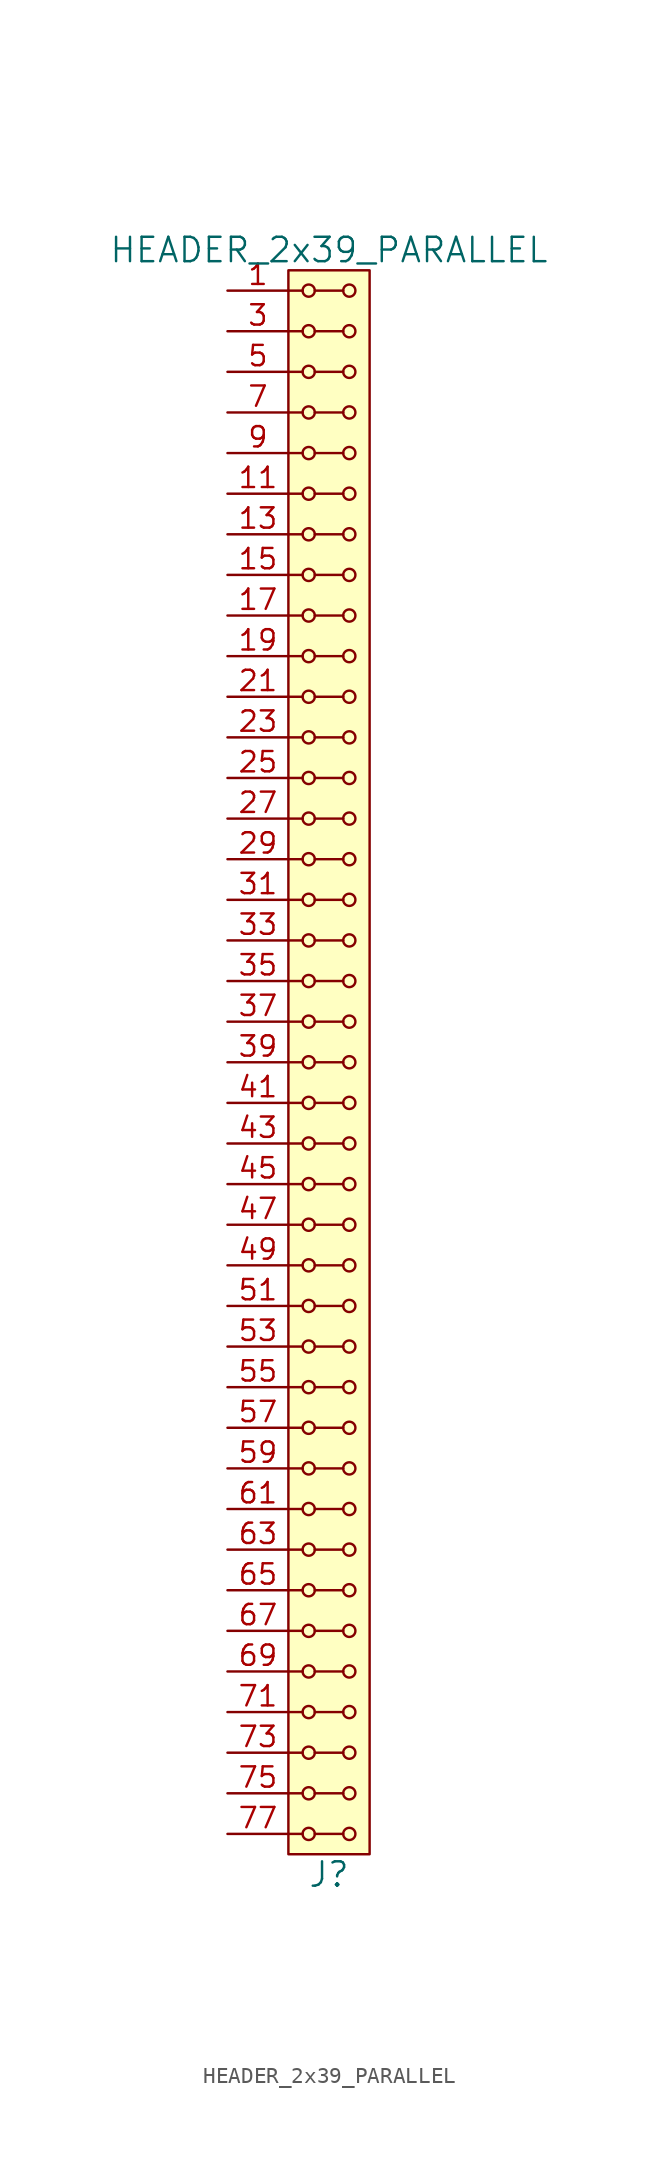
<source format=kicad_sym>
(kicad_symbol_lib
  (version 20211014)
  (generator kicad_symbol_editor)
  (symbol "HEADER_2x39_PARALLEL"
    (pin_names
      (offset 1.016))
    (property "Reference" "J"
      (at 0 -50.8 0)
      (effects (font (size 1.524 1.524))))
    (property "Value" "HEADER_2x39_PARALLEL"
      (at 0 50.8 0)
      (effects (font (size 1.524 1.524))))
    (property "Footprint" ""
      (at 0 48.26 0)
      (effects (font (size 1.524 1.524))))
    (property "Datasheet" ""
      (at 0 48.26 0)
      (effects (font (size 1.524 1.524))))
    (symbol "HEADER_2x39_PARALLEL_0_1"
      (rectangle (start -2.54 49.53) (end 2.54 -49.53) (stroke (width 0) (type default) (color 0 0 0 0)) (fill (type background)))
      (circle (center -1.27 -48.26) (radius 0.381) (stroke (width 0) (type default) (color 0 0 0 0)) (fill (type none)))
      (circle (center -1.27 -45.72) (radius 0.381) (stroke (width 0) (type default) (color 0 0 0 0)) (fill (type none)))
      (circle (center -1.27 -43.18) (radius 0.381) (stroke (width 0) (type default) (color 0 0 0 0)) (fill (type none)))
      (circle (center -1.27 -40.64) (radius 0.381) (stroke (width 0) (type default) (color 0 0 0 0)) (fill (type none)))
      (circle (center -1.27 -38.1) (radius 0.381) (stroke (width 0) (type default) (color 0 0 0 0)) (fill (type none)))
      (circle (center -1.27 -35.56) (radius 0.381) (stroke (width 0) (type default) (color 0 0 0 0)) (fill (type none)))
      (circle (center -1.27 -33.02) (radius 0.381) (stroke (width 0) (type default) (color 0 0 0 0)) (fill (type none)))
      (circle (center -1.27 -30.48) (radius 0.381) (stroke (width 0) (type default) (color 0 0 0 0)) (fill (type none)))
      (circle (center -1.27 -27.94) (radius 0.381) (stroke (width 0) (type default) (color 0 0 0 0)) (fill (type none)))
      (circle (center -1.27 -25.4) (radius 0.381) (stroke (width 0) (type default) (color 0 0 0 0)) (fill (type none)))
      (circle (center -1.27 -22.86) (radius 0.381) (stroke (width 0) (type default) (color 0 0 0 0)) (fill (type none)))
      (circle (center -1.27 -20.32) (radius 0.381) (stroke (width 0) (type default) (color 0 0 0 0)) (fill (type none)))
      (circle (center -1.27 -17.78) (radius 0.381) (stroke (width 0) (type default) (color 0 0 0 0)) (fill (type none)))
      (circle (center -1.27 -15.24) (radius 0.381) (stroke (width 0) (type default) (color 0 0 0 0)) (fill (type none)))
      (circle (center -1.27 -12.7) (radius 0.381) (stroke (width 0) (type default) (color 0 0 0 0)) (fill (type none)))
      (circle (center -1.27 -10.16) (radius 0.381) (stroke (width 0) (type default) (color 0 0 0 0)) (fill (type none)))
      (circle (center -1.27 -7.62) (radius 0.381) (stroke (width 0) (type default) (color 0 0 0 0)) (fill (type none)))
      (circle (center -1.27 -5.08) (radius 0.381) (stroke (width 0) (type default) (color 0 0 0 0)) (fill (type none)))
      (circle (center -1.27 -2.54) (radius 0.381) (stroke (width 0) (type default) (color 0 0 0 0)) (fill (type none)))
      (circle (center -1.27 0) (radius 0.381) (stroke (width 0) (type default) (color 0 0 0 0)) (fill (type none)))
      (circle (center -1.27 2.54) (radius 0.381) (stroke (width 0) (type default) (color 0 0 0 0)) (fill (type none)))
      (circle (center -1.27 5.08) (radius 0.381) (stroke (width 0) (type default) (color 0 0 0 0)) (fill (type none)))
      (circle (center -1.27 7.62) (radius 0.381) (stroke (width 0) (type default) (color 0 0 0 0)) (fill (type none)))
      (circle (center -1.27 10.16) (radius 0.381) (stroke (width 0) (type default) (color 0 0 0 0)) (fill (type none)))
      (circle (center -1.27 12.7) (radius 0.381) (stroke (width 0) (type default) (color 0 0 0 0)) (fill (type none)))
      (circle (center -1.27 15.24) (radius 0.381) (stroke (width 0) (type default) (color 0 0 0 0)) (fill (type none)))
      (circle (center -1.27 17.78) (radius 0.381) (stroke (width 0) (type default) (color 0 0 0 0)) (fill (type none)))
      (circle (center -1.27 20.32) (radius 0.381) (stroke (width 0) (type default) (color 0 0 0 0)) (fill (type none)))
      (circle (center -1.27 22.86) (radius 0.381) (stroke (width 0) (type default) (color 0 0 0 0)) (fill (type none)))
      (circle (center -1.27 25.4) (radius 0.381) (stroke (width 0) (type default) (color 0 0 0 0)) (fill (type none)))
      (circle (center -1.27 27.94) (radius 0.381) (stroke (width 0) (type default) (color 0 0 0 0)) (fill (type none)))
      (circle (center -1.27 30.48) (radius 0.381) (stroke (width 0) (type default) (color 0 0 0 0)) (fill (type none)))
      (circle (center -1.27 33.02) (radius 0.381) (stroke (width 0) (type default) (color 0 0 0 0)) (fill (type none)))
      (circle (center -1.27 35.56) (radius 0.381) (stroke (width 0) (type default) (color 0 0 0 0)) (fill (type none)))
      (circle (center -1.27 38.1) (radius 0.381) (stroke (width 0) (type default) (color 0 0 0 0)) (fill (type none)))
      (circle (center -1.27 40.64) (radius 0.381) (stroke (width 0) (type default) (color 0 0 0 0)) (fill (type none)))
      (circle (center -1.27 43.18) (radius 0.381) (stroke (width 0) (type default) (color 0 0 0 0)) (fill (type none)))
      (circle (center -1.27 45.72) (radius 0.381) (stroke (width 0) (type default) (color 0 0 0 0)) (fill (type none)))
      (circle (center -1.27 48.26) (radius 0.381) (stroke (width 0) (type default) (color 0 0 0 0)) (fill (type none)))
      (polyline (pts (xy -1.651 -48.26) (xy -2.54 -48.26)) (stroke (width 0) (type default) (color 0 0 0 0)) (fill (type none)))
      (polyline (pts (xy -1.651 -45.72) (xy -2.54 -45.72)) (stroke (width 0) (type default) (color 0 0 0 0)) (fill (type none)))
      (polyline (pts (xy -1.651 -43.18) (xy -2.54 -43.18)) (stroke (width 0) (type default) (color 0 0 0 0)) (fill (type none)))
      (polyline (pts (xy -1.651 -40.64) (xy -2.54 -40.64)) (stroke (width 0) (type default) (color 0 0 0 0)) (fill (type none)))
      (polyline (pts (xy -1.651 -38.1) (xy -2.54 -38.1)) (stroke (width 0) (type default) (color 0 0 0 0)) (fill (type none)))
      (polyline (pts (xy -1.651 -35.56) (xy -2.54 -35.56)) (stroke (width 0) (type default) (color 0 0 0 0)) (fill (type none)))
      (polyline (pts (xy -1.651 -33.02) (xy -2.54 -33.02)) (stroke (width 0) (type default) (color 0 0 0 0)) (fill (type none)))
      (polyline (pts (xy -1.651 -30.48) (xy -2.54 -30.48)) (stroke (width 0) (type default) (color 0 0 0 0)) (fill (type none)))
      (polyline (pts (xy -1.651 -27.94) (xy -2.54 -27.94)) (stroke (width 0) (type default) (color 0 0 0 0)) (fill (type none)))
      (polyline (pts (xy -1.651 -25.4) (xy -2.54 -25.4)) (stroke (width 0) (type default) (color 0 0 0 0)) (fill (type none)))
      (polyline (pts (xy -1.651 -22.86) (xy -2.54 -22.86)) (stroke (width 0) (type default) (color 0 0 0 0)) (fill (type none)))
      (polyline (pts (xy -1.651 -20.32) (xy -2.54 -20.32)) (stroke (width 0) (type default) (color 0 0 0 0)) (fill (type none)))
      (polyline (pts (xy -1.651 -17.78) (xy -2.54 -17.78)) (stroke (width 0) (type default) (color 0 0 0 0)) (fill (type none)))
      (polyline (pts (xy -1.651 -15.24) (xy -2.54 -15.24)) (stroke (width 0) (type default) (color 0 0 0 0)) (fill (type none)))
      (polyline (pts (xy -1.651 -12.7) (xy -2.54 -12.7)) (stroke (width 0) (type default) (color 0 0 0 0)) (fill (type none)))
      (polyline (pts (xy -1.651 -10.16) (xy -2.54 -10.16)) (stroke (width 0) (type default) (color 0 0 0 0)) (fill (type none)))
      (polyline (pts (xy -1.651 -7.62) (xy -2.54 -7.62)) (stroke (width 0) (type default) (color 0 0 0 0)) (fill (type none)))
      (polyline (pts (xy -1.651 -5.08) (xy -2.54 -5.08)) (stroke (width 0) (type default) (color 0 0 0 0)) (fill (type none)))
      (polyline (pts (xy -1.651 -2.54) (xy -2.54 -2.54)) (stroke (width 0) (type default) (color 0 0 0 0)) (fill (type none)))
      (polyline (pts (xy -1.651 0) (xy -2.54 0)) (stroke (width 0) (type default) (color 0 0 0 0)) (fill (type none)))
      (polyline (pts (xy -1.651 2.54) (xy -2.54 2.54)) (stroke (width 0) (type default) (color 0 0 0 0)) (fill (type none)))
      (polyline (pts (xy -1.651 5.08) (xy -2.54 5.08)) (stroke (width 0) (type default) (color 0 0 0 0)) (fill (type none)))
      (polyline (pts (xy -1.651 7.62) (xy -2.54 7.62)) (stroke (width 0) (type default) (color 0 0 0 0)) (fill (type none)))
      (polyline (pts (xy -1.651 10.16) (xy -2.54 10.16)) (stroke (width 0) (type default) (color 0 0 0 0)) (fill (type none)))
      (polyline (pts (xy -1.651 12.7) (xy -2.54 12.7)) (stroke (width 0) (type default) (color 0 0 0 0)) (fill (type none)))
      (polyline (pts (xy -1.651 15.24) (xy -2.54 15.24)) (stroke (width 0) (type default) (color 0 0 0 0)) (fill (type none)))
      (polyline (pts (xy -1.651 17.78) (xy -2.54 17.78)) (stroke (width 0) (type default) (color 0 0 0 0)) (fill (type none)))
      (polyline (pts (xy -1.651 20.32) (xy -2.54 20.32)) (stroke (width 0) (type default) (color 0 0 0 0)) (fill (type none)))
      (polyline (pts (xy -1.651 22.86) (xy -2.54 22.86)) (stroke (width 0) (type default) (color 0 0 0 0)) (fill (type none)))
      (polyline (pts (xy -1.651 25.4) (xy -2.54 25.4)) (stroke (width 0) (type default) (color 0 0 0 0)) (fill (type none)))
      (polyline (pts (xy -1.651 27.94) (xy -2.54 27.94)) (stroke (width 0) (type default) (color 0 0 0 0)) (fill (type none)))
      (polyline (pts (xy -1.651 30.48) (xy -2.54 30.48)) (stroke (width 0) (type default) (color 0 0 0 0)) (fill (type none)))
      (polyline (pts (xy -1.651 33.02) (xy -2.54 33.02)) (stroke (width 0) (type default) (color 0 0 0 0)) (fill (type none)))
      (polyline (pts (xy -1.651 35.56) (xy -2.54 35.56)) (stroke (width 0) (type default) (color 0 0 0 0)) (fill (type none)))
      (polyline (pts (xy -1.651 38.1) (xy -2.54 38.1)) (stroke (width 0) (type default) (color 0 0 0 0)) (fill (type none)))
      (polyline (pts (xy -1.651 40.64) (xy -2.54 40.64)) (stroke (width 0) (type default) (color 0 0 0 0)) (fill (type none)))
      (polyline (pts (xy -1.651 43.18) (xy -2.54 43.18)) (stroke (width 0) (type default) (color 0 0 0 0)) (fill (type none)))
      (polyline (pts (xy -1.651 45.72) (xy -2.54 45.72)) (stroke (width 0) (type default) (color 0 0 0 0)) (fill (type none)))
      (polyline (pts (xy -1.651 48.26) (xy -2.54 48.26)) (stroke (width 0) (type default) (color 0 0 0 0)) (fill (type none)))
      (polyline (pts (xy -0.889 -48.26) (xy 0.889 -48.26)) (stroke (width 0) (type default) (color 0 0 0 0)) (fill (type none)))
      (polyline (pts (xy -0.889 -45.72) (xy 0.889 -45.72)) (stroke (width 0) (type default) (color 0 0 0 0)) (fill (type none)))
      (polyline (pts (xy -0.889 -43.18) (xy 0.889 -43.18)) (stroke (width 0) (type default) (color 0 0 0 0)) (fill (type none)))
      (polyline (pts (xy -0.889 -40.64) (xy 0.889 -40.64)) (stroke (width 0) (type default) (color 0 0 0 0)) (fill (type none)))
      (polyline (pts (xy -0.889 -38.1) (xy 0.889 -38.1)) (stroke (width 0) (type default) (color 0 0 0 0)) (fill (type none)))
      (polyline (pts (xy -0.889 -35.56) (xy 0.889 -35.56)) (stroke (width 0) (type default) (color 0 0 0 0)) (fill (type none)))
      (polyline (pts (xy -0.889 -33.02) (xy 0.889 -33.02)) (stroke (width 0) (type default) (color 0 0 0 0)) (fill (type none)))
      (polyline (pts (xy -0.889 -30.48) (xy 0.889 -30.48)) (stroke (width 0) (type default) (color 0 0 0 0)) (fill (type none)))
      (polyline (pts (xy -0.889 -27.94) (xy 0.889 -27.94)) (stroke (width 0) (type default) (color 0 0 0 0)) (fill (type none)))
      (polyline (pts (xy -0.889 -25.4) (xy 0.889 -25.4)) (stroke (width 0) (type default) (color 0 0 0 0)) (fill (type none)))
      (polyline (pts (xy -0.889 -22.86) (xy 0.889 -22.86)) (stroke (width 0) (type default) (color 0 0 0 0)) (fill (type none)))
      (polyline (pts (xy -0.889 -20.32) (xy 0.889 -20.32)) (stroke (width 0) (type default) (color 0 0 0 0)) (fill (type none)))
      (polyline (pts (xy -0.889 -17.78) (xy 0.889 -17.78)) (stroke (width 0) (type default) (color 0 0 0 0)) (fill (type none)))
      (polyline (pts (xy -0.889 -15.24) (xy 0.889 -15.24)) (stroke (width 0) (type default) (color 0 0 0 0)) (fill (type none)))
      (polyline (pts (xy -0.889 -12.7) (xy 0.889 -12.7)) (stroke (width 0) (type default) (color 0 0 0 0)) (fill (type none)))
      (polyline (pts (xy -0.889 -10.16) (xy 0.889 -10.16)) (stroke (width 0) (type default) (color 0 0 0 0)) (fill (type none)))
      (polyline (pts (xy -0.889 -7.62) (xy 0.889 -7.62)) (stroke (width 0) (type default) (color 0 0 0 0)) (fill (type none)))
      (polyline (pts (xy -0.889 -5.08) (xy 0.889 -5.08)) (stroke (width 0) (type default) (color 0 0 0 0)) (fill (type none)))
      (polyline (pts (xy -0.889 -2.54) (xy 0.889 -2.54)) (stroke (width 0) (type default) (color 0 0 0 0)) (fill (type none)))
      (polyline (pts (xy -0.889 0) (xy 0.889 0)) (stroke (width 0) (type default) (color 0 0 0 0)) (fill (type none)))
      (polyline (pts (xy -0.889 2.54) (xy 0.889 2.54)) (stroke (width 0) (type default) (color 0 0 0 0)) (fill (type none)))
      (polyline (pts (xy -0.889 5.08) (xy 0.889 5.08)) (stroke (width 0) (type default) (color 0 0 0 0)) (fill (type none)))
      (polyline (pts (xy -0.889 7.62) (xy 0.889 7.62)) (stroke (width 0) (type default) (color 0 0 0 0)) (fill (type none)))
      (polyline (pts (xy -0.889 10.16) (xy 0.889 10.16)) (stroke (width 0) (type default) (color 0 0 0 0)) (fill (type none)))
      (polyline (pts (xy -0.889 12.7) (xy 0.889 12.7)) (stroke (width 0) (type default) (color 0 0 0 0)) (fill (type none)))
      (polyline (pts (xy -0.889 15.24) (xy 0.889 15.24)) (stroke (width 0) (type default) (color 0 0 0 0)) (fill (type none)))
      (polyline (pts (xy -0.889 17.78) (xy 0.889 17.78)) (stroke (width 0) (type default) (color 0 0 0 0)) (fill (type none)))
      (polyline (pts (xy -0.889 20.32) (xy 0.889 20.32)) (stroke (width 0) (type default) (color 0 0 0 0)) (fill (type none)))
      (polyline (pts (xy -0.889 22.86) (xy 0.889 22.86)) (stroke (width 0) (type default) (color 0 0 0 0)) (fill (type none)))
      (polyline (pts (xy -0.889 25.4) (xy 0.889 25.4)) (stroke (width 0) (type default) (color 0 0 0 0)) (fill (type none)))
      (polyline (pts (xy -0.889 27.94) (xy 0.889 27.94)) (stroke (width 0) (type default) (color 0 0 0 0)) (fill (type none)))
      (polyline (pts (xy -0.889 30.48) (xy 0.889 30.48)) (stroke (width 0) (type default) (color 0 0 0 0)) (fill (type none)))
      (polyline (pts (xy -0.889 33.02) (xy 0.889 33.02)) (stroke (width 0) (type default) (color 0 0 0 0)) (fill (type none)))
      (polyline (pts (xy -0.889 35.56) (xy 0.889 35.56)) (stroke (width 0) (type default) (color 0 0 0 0)) (fill (type none)))
      (polyline (pts (xy -0.889 38.1) (xy 0.889 38.1)) (stroke (width 0) (type default) (color 0 0 0 0)) (fill (type none)))
      (polyline (pts (xy -0.889 40.64) (xy 0.889 40.64)) (stroke (width 0) (type default) (color 0 0 0 0)) (fill (type none)))
      (polyline (pts (xy -0.889 43.18) (xy 0.889 43.18)) (stroke (width 0) (type default) (color 0 0 0 0)) (fill (type none)))
      (polyline (pts (xy -0.889 45.72) (xy 0.889 45.72)) (stroke (width 0) (type default) (color 0 0 0 0)) (fill (type none)))
      (polyline (pts (xy -0.889 48.26) (xy 0.889 48.26)) (stroke (width 0) (type default) (color 0 0 0 0)) (fill (type none)))
      (circle (center 1.27 -48.26) (radius 0.381) (stroke (width 0) (type default) (color 0 0 0 0)) (fill (type none)))
      (circle (center 1.27 -45.72) (radius 0.381) (stroke (width 0) (type default) (color 0 0 0 0)) (fill (type none)))
      (circle (center 1.27 -43.18) (radius 0.381) (stroke (width 0) (type default) (color 0 0 0 0)) (fill (type none)))
      (circle (center 1.27 -40.64) (radius 0.381) (stroke (width 0) (type default) (color 0 0 0 0)) (fill (type none)))
      (circle (center 1.27 -38.1) (radius 0.381) (stroke (width 0) (type default) (color 0 0 0 0)) (fill (type none)))
      (circle (center 1.27 -35.56) (radius 0.381) (stroke (width 0) (type default) (color 0 0 0 0)) (fill (type none)))
      (circle (center 1.27 -33.02) (radius 0.381) (stroke (width 0) (type default) (color 0 0 0 0)) (fill (type none)))
      (circle (center 1.27 -30.48) (radius 0.381) (stroke (width 0) (type default) (color 0 0 0 0)) (fill (type none)))
      (circle (center 1.27 -27.94) (radius 0.381) (stroke (width 0) (type default) (color 0 0 0 0)) (fill (type none)))
      (circle (center 1.27 -25.4) (radius 0.381) (stroke (width 0) (type default) (color 0 0 0 0)) (fill (type none)))
      (circle (center 1.27 -22.86) (radius 0.381) (stroke (width 0) (type default) (color 0 0 0 0)) (fill (type none)))
      (circle (center 1.27 -20.32) (radius 0.381) (stroke (width 0) (type default) (color 0 0 0 0)) (fill (type none)))
      (circle (center 1.27 -17.78) (radius 0.381) (stroke (width 0) (type default) (color 0 0 0 0)) (fill (type none)))
      (circle (center 1.27 -15.24) (radius 0.381) (stroke (width 0) (type default) (color 0 0 0 0)) (fill (type none)))
      (circle (center 1.27 -12.7) (radius 0.381) (stroke (width 0) (type default) (color 0 0 0 0)) (fill (type none)))
      (circle (center 1.27 -10.16) (radius 0.381) (stroke (width 0) (type default) (color 0 0 0 0)) (fill (type none)))
      (circle (center 1.27 -7.62) (radius 0.381) (stroke (width 0) (type default) (color 0 0 0 0)) (fill (type none)))
      (circle (center 1.27 -5.08) (radius 0.381) (stroke (width 0) (type default) (color 0 0 0 0)) (fill (type none)))
      (circle (center 1.27 -2.54) (radius 0.381) (stroke (width 0) (type default) (color 0 0 0 0)) (fill (type none)))
      (circle (center 1.27 0) (radius 0.381) (stroke (width 0) (type default) (color 0 0 0 0)) (fill (type none)))
      (circle (center 1.27 2.54) (radius 0.381) (stroke (width 0) (type default) (color 0 0 0 0)) (fill (type none)))
      (circle (center 1.27 5.08) (radius 0.381) (stroke (width 0) (type default) (color 0 0 0 0)) (fill (type none)))
      (circle (center 1.27 7.62) (radius 0.381) (stroke (width 0) (type default) (color 0 0 0 0)) (fill (type none)))
      (circle (center 1.27 10.16) (radius 0.381) (stroke (width 0) (type default) (color 0 0 0 0)) (fill (type none)))
      (circle (center 1.27 12.7) (radius 0.381) (stroke (width 0) (type default) (color 0 0 0 0)) (fill (type none)))
      (circle (center 1.27 15.24) (radius 0.381) (stroke (width 0) (type default) (color 0 0 0 0)) (fill (type none)))
      (circle (center 1.27 17.78) (radius 0.381) (stroke (width 0) (type default) (color 0 0 0 0)) (fill (type none)))
      (circle (center 1.27 20.32) (radius 0.381) (stroke (width 0) (type default) (color 0 0 0 0)) (fill (type none)))
      (circle (center 1.27 22.86) (radius 0.381) (stroke (width 0) (type default) (color 0 0 0 0)) (fill (type none)))
      (circle (center 1.27 25.4) (radius 0.381) (stroke (width 0) (type default) (color 0 0 0 0)) (fill (type none)))
      (circle (center 1.27 27.94) (radius 0.381) (stroke (width 0) (type default) (color 0 0 0 0)) (fill (type none)))
      (circle (center 1.27 30.48) (radius 0.381) (stroke (width 0) (type default) (color 0 0 0 0)) (fill (type none)))
      (circle (center 1.27 33.02) (radius 0.381) (stroke (width 0) (type default) (color 0 0 0 0)) (fill (type none)))
      (circle (center 1.27 35.56) (radius 0.381) (stroke (width 0) (type default) (color 0 0 0 0)) (fill (type none)))
      (circle (center 1.27 38.1) (radius 0.381) (stroke (width 0) (type default) (color 0 0 0 0)) (fill (type none)))
      (circle (center 1.27 40.64) (radius 0.381) (stroke (width 0) (type default) (color 0 0 0 0)) (fill (type none)))
      (circle (center 1.27 43.18) (radius 0.381) (stroke (width 0) (type default) (color 0 0 0 0)) (fill (type none)))
      (circle (center 1.27 45.72) (radius 0.381) (stroke (width 0) (type default) (color 0 0 0 0)) (fill (type none)))
      (circle (center 1.27 48.26) (radius 0.381) (stroke (width 0) (type default) (color 0 0 0 0)) (fill (type none))))
    (symbol "HEADER_2x39_PARALLEL_1_1"
      (pin input line (at -6.35 48.26 0) (length 3.81) (name "~" (effects (font (size 1.27 1.27)))) (number "1" (effects (font (size 1.27 1.27)))))
      (pin input line (at -6.35 38.1 0) (length 3.81) hide (name "~" (effects (font (size 1.27 1.27)))) (number "10" (effects (font (size 1.27 1.27)))))
      (pin input line (at -6.35 35.56 0) (length 3.81) (name "~" (effects (font (size 1.27 1.27)))) (number "11" (effects (font (size 1.27 1.27)))))
      (pin input line (at -6.35 35.56 0) (length 3.81) hide (name "~" (effects (font (size 1.27 1.27)))) (number "12" (effects (font (size 1.27 1.27)))))
      (pin input line (at -6.35 33.02 0) (length 3.81) (name "~" (effects (font (size 1.27 1.27)))) (number "13" (effects (font (size 1.27 1.27)))))
      (pin input line (at -6.35 33.02 0) (length 3.81) hide (name "~" (effects (font (size 1.27 1.27)))) (number "14" (effects (font (size 1.27 1.27)))))
      (pin input line (at -6.35 30.48 0) (length 3.81) (name "~" (effects (font (size 1.27 1.27)))) (number "15" (effects (font (size 1.27 1.27)))))
      (pin input line (at -6.35 30.48 0) (length 3.81) hide (name "~" (effects (font (size 1.27 1.27)))) (number "16" (effects (font (size 1.27 1.27)))))
      (pin input line (at -6.35 27.94 0) (length 3.81) (name "~" (effects (font (size 1.27 1.27)))) (number "17" (effects (font (size 1.27 1.27)))))
      (pin input line (at -6.35 27.94 0) (length 3.81) hide (name "~" (effects (font (size 1.27 1.27)))) (number "18" (effects (font (size 1.27 1.27)))))
      (pin input line (at -6.35 25.4 0) (length 3.81) (name "~" (effects (font (size 1.27 1.27)))) (number "19" (effects (font (size 1.27 1.27)))))
      (pin input line (at -6.35 48.26 0) (length 3.81) hide (name "~" (effects (font (size 1.27 1.27)))) (number "2" (effects (font (size 1.27 1.27)))))
      (pin input line (at -6.35 25.4 0) (length 3.81) hide (name "~" (effects (font (size 1.27 1.27)))) (number "20" (effects (font (size 1.27 1.27)))))
      (pin input line (at -6.35 22.86 0) (length 3.81) (name "~" (effects (font (size 1.27 1.27)))) (number "21" (effects (font (size 1.27 1.27)))))
      (pin input line (at -6.35 22.86 0) (length 3.81) hide (name "~" (effects (font (size 1.27 1.27)))) (number "22" (effects (font (size 1.27 1.27)))))
      (pin input line (at -6.35 20.32 0) (length 3.81) (name "~" (effects (font (size 1.27 1.27)))) (number "23" (effects (font (size 1.27 1.27)))))
      (pin input line (at -6.35 20.32 0) (length 3.81) hide (name "~" (effects (font (size 1.27 1.27)))) (number "24" (effects (font (size 1.27 1.27)))))
      (pin input line (at -6.35 17.78 0) (length 3.81) (name "~" (effects (font (size 1.27 1.27)))) (number "25" (effects (font (size 1.27 1.27)))))
      (pin input line (at -6.35 17.78 0) (length 3.81) hide (name "~" (effects (font (size 1.27 1.27)))) (number "26" (effects (font (size 1.27 1.27)))))
      (pin input line (at -6.35 15.24 0) (length 3.81) (name "~" (effects (font (size 1.27 1.27)))) (number "27" (effects (font (size 1.27 1.27)))))
      (pin input line (at -6.35 15.24 0) (length 3.81) hide (name "~" (effects (font (size 1.27 1.27)))) (number "28" (effects (font (size 1.27 1.27)))))
      (pin input line (at -6.35 12.7 0) (length 3.81) (name "~" (effects (font (size 1.27 1.27)))) (number "29" (effects (font (size 1.27 1.27)))))
      (pin input line (at -6.35 45.72 0) (length 3.81) (name "~" (effects (font (size 1.27 1.27)))) (number "3" (effects (font (size 1.27 1.27)))))
      (pin input line (at -6.35 12.7 0) (length 3.81) hide (name "~" (effects (font (size 1.27 1.27)))) (number "30" (effects (font (size 1.27 1.27)))))
      (pin input line (at -6.35 10.16 0) (length 3.81) (name "~" (effects (font (size 1.27 1.27)))) (number "31" (effects (font (size 1.27 1.27)))))
      (pin input line (at -6.35 10.16 0) (length 3.81) hide (name "~" (effects (font (size 1.27 1.27)))) (number "32" (effects (font (size 1.27 1.27)))))
      (pin input line (at -6.35 7.62 0) (length 3.81) (name "~" (effects (font (size 1.27 1.27)))) (number "33" (effects (font (size 1.27 1.27)))))
      (pin input line (at -6.35 7.62 0) (length 3.81) hide (name "~" (effects (font (size 1.27 1.27)))) (number "34" (effects (font (size 1.27 1.27)))))
      (pin input line (at -6.35 5.08 0) (length 3.81) (name "~" (effects (font (size 1.27 1.27)))) (number "35" (effects (font (size 1.27 1.27)))))
      (pin input line (at -6.35 5.08 0) (length 3.81) hide (name "~" (effects (font (size 1.27 1.27)))) (number "36" (effects (font (size 1.27 1.27)))))
      (pin input line (at -6.35 2.54 0) (length 3.81) (name "~" (effects (font (size 1.27 1.27)))) (number "37" (effects (font (size 1.27 1.27)))))
      (pin input line (at -6.35 2.54 0) (length 3.81) hide (name "~" (effects (font (size 1.27 1.27)))) (number "38" (effects (font (size 1.27 1.27)))))
      (pin input line (at -6.35 0 0) (length 3.81) (name "~" (effects (font (size 1.27 1.27)))) (number "39" (effects (font (size 1.27 1.27)))))
      (pin input line (at -6.35 45.72 0) (length 3.81) hide (name "~" (effects (font (size 1.27 1.27)))) (number "4" (effects (font (size 1.27 1.27)))))
      (pin input line (at -6.35 0 0) (length 3.81) hide (name "~" (effects (font (size 1.27 1.27)))) (number "40" (effects (font (size 1.27 1.27)))))
      (pin input line (at -6.35 -2.54 0) (length 3.81) (name "~" (effects (font (size 1.27 1.27)))) (number "41" (effects (font (size 1.27 1.27)))))
      (pin input line (at -6.35 -2.54 0) (length 3.81) hide (name "~" (effects (font (size 1.27 1.27)))) (number "42" (effects (font (size 1.27 1.27)))))
      (pin input line (at -6.35 -5.08 0) (length 3.81) (name "~" (effects (font (size 1.27 1.27)))) (number "43" (effects (font (size 1.27 1.27)))))
      (pin input line (at -6.35 -5.08 0) (length 3.81) hide (name "~" (effects (font (size 1.27 1.27)))) (number "44" (effects (font (size 1.27 1.27)))))
      (pin input line (at -6.35 -7.62 0) (length 3.81) (name "~" (effects (font (size 1.27 1.27)))) (number "45" (effects (font (size 1.27 1.27)))))
      (pin input line (at -6.35 -7.62 0) (length 3.81) hide (name "~" (effects (font (size 1.27 1.27)))) (number "46" (effects (font (size 1.27 1.27)))))
      (pin input line (at -6.35 -10.16 0) (length 3.81) (name "~" (effects (font (size 1.27 1.27)))) (number "47" (effects (font (size 1.27 1.27)))))
      (pin input line (at -6.35 -10.16 0) (length 3.81) hide (name "~" (effects (font (size 1.27 1.27)))) (number "48" (effects (font (size 1.27 1.27)))))
      (pin input line (at -6.35 -12.7 0) (length 3.81) (name "~" (effects (font (size 1.27 1.27)))) (number "49" (effects (font (size 1.27 1.27)))))
      (pin input line (at -6.35 43.18 0) (length 3.81) (name "~" (effects (font (size 1.27 1.27)))) (number "5" (effects (font (size 1.27 1.27)))))
      (pin input line (at -6.35 -12.7 0) (length 3.81) hide (name "~" (effects (font (size 1.27 1.27)))) (number "50" (effects (font (size 1.27 1.27)))))
      (pin input line (at -6.35 -15.24 0) (length 3.81) (name "~" (effects (font (size 1.27 1.27)))) (number "51" (effects (font (size 1.27 1.27)))))
      (pin input line (at -6.35 -15.24 0) (length 3.81) hide (name "~" (effects (font (size 1.27 1.27)))) (number "52" (effects (font (size 1.27 1.27)))))
      (pin input line (at -6.35 -17.78 0) (length 3.81) (name "~" (effects (font (size 1.27 1.27)))) (number "53" (effects (font (size 1.27 1.27)))))
      (pin input line (at -6.35 -17.78 0) (length 3.81) hide (name "~" (effects (font (size 1.27 1.27)))) (number "54" (effects (font (size 1.27 1.27)))))
      (pin input line (at -6.35 -20.32 0) (length 3.81) (name "~" (effects (font (size 1.27 1.27)))) (number "55" (effects (font (size 1.27 1.27)))))
      (pin input line (at -6.35 -20.32 0) (length 3.81) hide (name "~" (effects (font (size 1.27 1.27)))) (number "56" (effects (font (size 1.27 1.27)))))
      (pin input line (at -6.35 -22.86 0) (length 3.81) (name "~" (effects (font (size 1.27 1.27)))) (number "57" (effects (font (size 1.27 1.27)))))
      (pin input line (at -6.35 -22.86 0) (length 3.81) hide (name "~" (effects (font (size 1.27 1.27)))) (number "58" (effects (font (size 1.27 1.27)))))
      (pin input line (at -6.35 -25.4 0) (length 3.81) (name "~" (effects (font (size 1.27 1.27)))) (number "59" (effects (font (size 1.27 1.27)))))
      (pin input line (at -6.35 43.18 0) (length 3.81) hide (name "~" (effects (font (size 1.27 1.27)))) (number "6" (effects (font (size 1.27 1.27)))))
      (pin input line (at -6.35 -25.4 0) (length 3.81) hide (name "~" (effects (font (size 1.27 1.27)))) (number "60" (effects (font (size 1.27 1.27)))))
      (pin input line (at -6.35 -27.94 0) (length 3.81) (name "~" (effects (font (size 1.27 1.27)))) (number "61" (effects (font (size 1.27 1.27)))))
      (pin input line (at -6.35 -27.94 0) (length 3.81) hide (name "~" (effects (font (size 1.27 1.27)))) (number "62" (effects (font (size 1.27 1.27)))))
      (pin input line (at -6.35 -30.48 0) (length 3.81) (name "~" (effects (font (size 1.27 1.27)))) (number "63" (effects (font (size 1.27 1.27)))))
      (pin input line (at -6.35 -30.48 0) (length 3.81) hide (name "~" (effects (font (size 1.27 1.27)))) (number "64" (effects (font (size 1.27 1.27)))))
      (pin input line (at -6.35 -33.02 0) (length 3.81) (name "~" (effects (font (size 1.27 1.27)))) (number "65" (effects (font (size 1.27 1.27)))))
      (pin input line (at -6.35 -33.02 0) (length 3.81) hide (name "~" (effects (font (size 1.27 1.27)))) (number "66" (effects (font (size 1.27 1.27)))))
      (pin input line (at -6.35 -35.56 0) (length 3.81) (name "~" (effects (font (size 1.27 1.27)))) (number "67" (effects (font (size 1.27 1.27)))))
      (pin input line (at -6.35 -35.56 0) (length 3.81) hide (name "~" (effects (font (size 1.27 1.27)))) (number "68" (effects (font (size 1.27 1.27)))))
      (pin input line (at -6.35 -38.1 0) (length 3.81) (name "~" (effects (font (size 1.27 1.27)))) (number "69" (effects (font (size 1.27 1.27)))))
      (pin input line (at -6.35 40.64 0) (length 3.81) (name "~" (effects (font (size 1.27 1.27)))) (number "7" (effects (font (size 1.27 1.27)))))
      (pin input line (at -6.35 -38.1 0) (length 3.81) hide (name "~" (effects (font (size 1.27 1.27)))) (number "70" (effects (font (size 1.27 1.27)))))
      (pin input line (at -6.35 -40.64 0) (length 3.81) (name "~" (effects (font (size 1.27 1.27)))) (number "71" (effects (font (size 1.27 1.27)))))
      (pin input line (at -6.35 -40.64 0) (length 3.81) hide (name "~" (effects (font (size 1.27 1.27)))) (number "72" (effects (font (size 1.27 1.27)))))
      (pin input line (at -6.35 -43.18 0) (length 3.81) (name "~" (effects (font (size 1.27 1.27)))) (number "73" (effects (font (size 1.27 1.27)))))
      (pin input line (at -6.35 -43.18 0) (length 3.81) hide (name "~" (effects (font (size 1.27 1.27)))) (number "74" (effects (font (size 1.27 1.27)))))
      (pin input line (at -6.35 -45.72 0) (length 3.81) (name "~" (effects (font (size 1.27 1.27)))) (number "75" (effects (font (size 1.27 1.27)))))
      (pin input line (at -6.35 -45.72 0) (length 3.81) hide (name "~" (effects (font (size 1.27 1.27)))) (number "76" (effects (font (size 1.27 1.27)))))
      (pin input line (at -6.35 -48.26 0) (length 3.81) (name "~" (effects (font (size 1.27 1.27)))) (number "77" (effects (font (size 1.27 1.27)))))
      (pin input line (at -6.35 -48.26 0) (length 3.81) hide (name "~" (effects (font (size 1.27 1.27)))) (number "78" (effects (font (size 1.27 1.27)))))
      (pin input line (at -6.35 40.64 0) (length 3.81) hide (name "~" (effects (font (size 1.27 1.27)))) (number "8" (effects (font (size 1.27 1.27)))))
      (pin input line (at -6.35 38.1 0) (length 3.81) (name "~" (effects (font (size 1.27 1.27)))) (number "9" (effects (font (size 1.27 1.27))))))))
</source>
